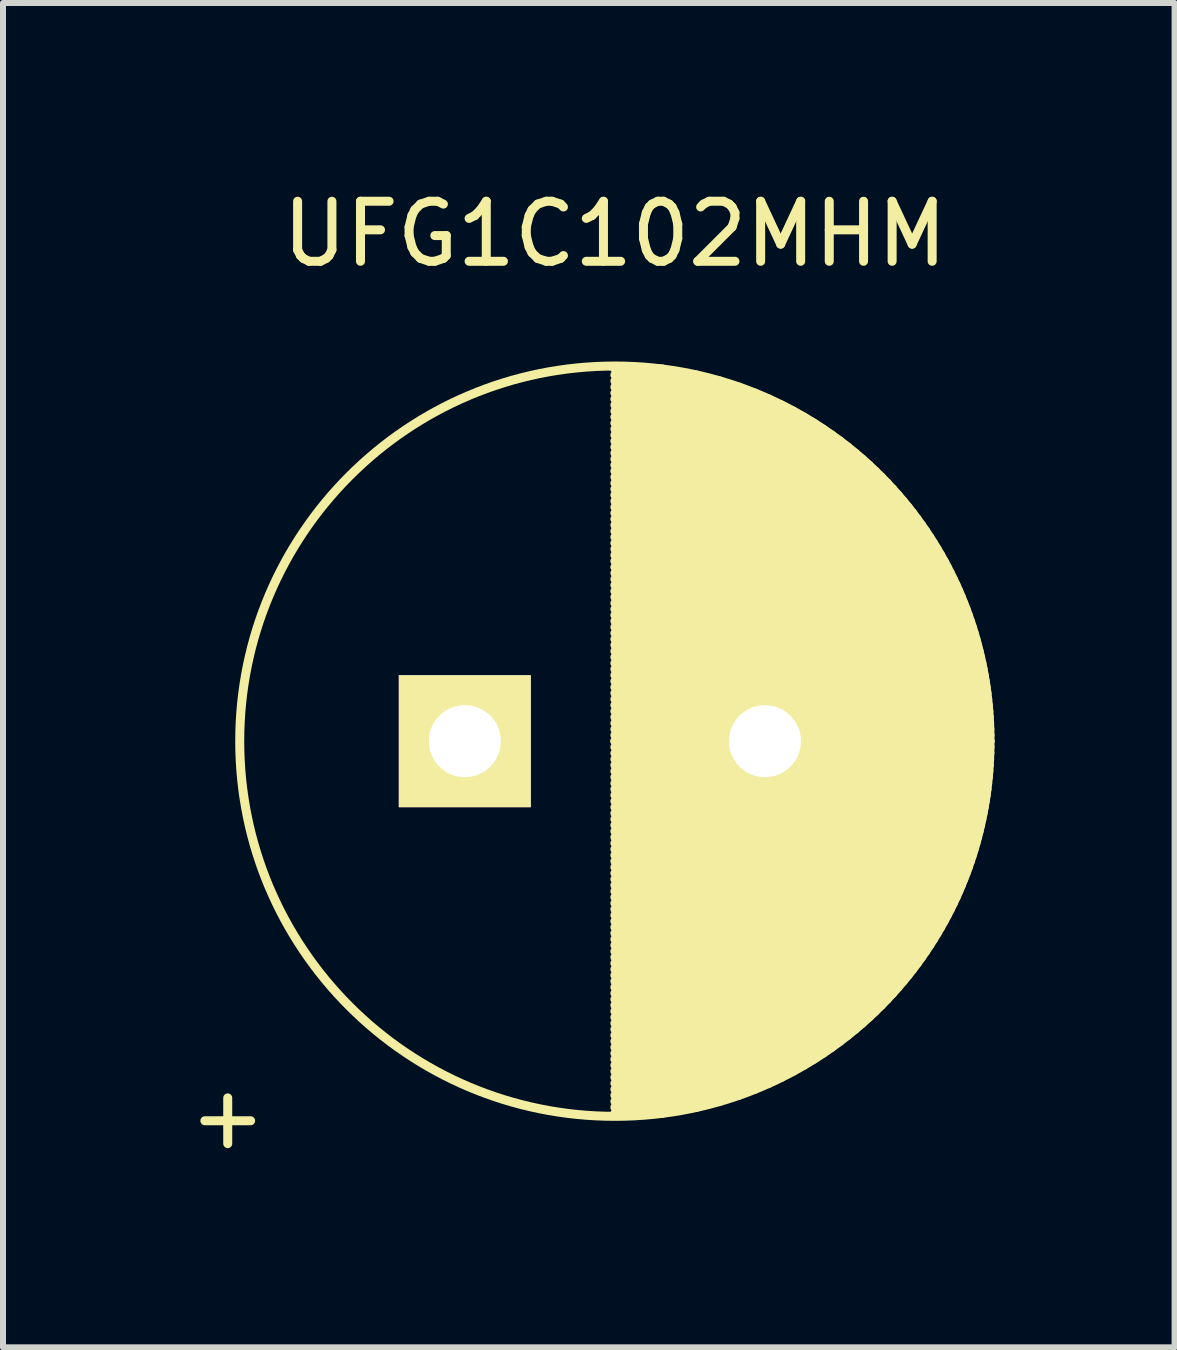
<source format=kicad_pcb>
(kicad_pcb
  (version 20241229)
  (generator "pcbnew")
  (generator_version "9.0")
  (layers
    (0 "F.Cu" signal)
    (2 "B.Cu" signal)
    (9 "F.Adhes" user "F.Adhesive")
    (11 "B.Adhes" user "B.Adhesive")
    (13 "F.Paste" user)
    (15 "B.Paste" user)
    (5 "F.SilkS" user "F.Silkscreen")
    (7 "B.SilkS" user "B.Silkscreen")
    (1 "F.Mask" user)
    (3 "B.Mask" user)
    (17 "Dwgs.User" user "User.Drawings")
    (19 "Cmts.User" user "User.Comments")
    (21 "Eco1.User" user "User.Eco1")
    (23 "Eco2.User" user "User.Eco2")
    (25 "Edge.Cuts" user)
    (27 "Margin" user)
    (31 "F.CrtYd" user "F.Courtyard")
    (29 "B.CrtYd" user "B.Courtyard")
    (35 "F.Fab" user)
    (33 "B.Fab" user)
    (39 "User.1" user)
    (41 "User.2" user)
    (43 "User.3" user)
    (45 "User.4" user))
  (footprint "UFG1C102MHM"
    (layer "F.Cu")
    (at 4.694 9.298)
    (property "Reference" "UFG1C102MHM" (at 2.5 -8.45 0) (layer "F.SilkS") (effects (font (size 1 1) (thickness 0.15))))
    (attr through_hole)
    (fp_line (start 2.5 -6.2) (end 3.289 -6.2) (stroke (width 0.15) (type solid)) (layer "F.SilkS"))
    (fp_line (start 2.5 -6.1) (end 3.861 -6.1) (stroke (width 0.15) (type solid)) (layer "F.SilkS"))
    (fp_line (start 2.5 -6) (end 4.25 -6) (stroke (width 0.15) (type solid)) (layer "F.SilkS"))
    (fp_line (start 2.5 -5.9) (end 4.562 -5.9) (stroke (width 0.15) (type solid)) (layer "F.SilkS"))
    (fp_line (start 2.5 -5.8) (end 4.829 -5.8) (stroke (width 0.15) (type solid)) (layer "F.SilkS"))
    (fp_line (start 2.5 -5.7) (end 5.064 -5.7) (stroke (width 0.15) (type solid)) (layer "F.SilkS"))
    (fp_line (start 2.5 -5.6) (end 5.275 -5.6) (stroke (width 0.15) (type solid)) (layer "F.SilkS"))
    (fp_line (start 2.5 -5.5) (end 5.469 -5.5) (stroke (width 0.15) (type solid)) (layer "F.SilkS"))
    (fp_line (start 2.5 -5.4) (end 5.647 -5.4) (stroke (width 0.15) (type solid)) (layer "F.SilkS"))
    (fp_line (start 2.5 -5.3) (end 5.812 -5.3) (stroke (width 0.15) (type solid)) (layer "F.SilkS"))
    (fp_line (start 2.5 -5.2) (end 5.967 -5.2) (stroke (width 0.15) (type solid)) (layer "F.SilkS"))
    (fp_line (start 2.5 -5.1) (end 6.113 -5.1) (stroke (width 0.15) (type solid)) (layer "F.SilkS"))
    (fp_line (start 2.5 -5) (end 6.25 -5) (stroke (width 0.15) (type solid)) (layer "F.SilkS"))
    (fp_line (start 2.5 -4.9) (end 6.38 -4.9) (stroke (width 0.15) (type solid)) (layer "F.SilkS"))
    (fp_line (start 2.5 -4.8) (end 6.503 -4.8) (stroke (width 0.15) (type solid)) (layer "F.SilkS"))
    (fp_line (start 2.5 -4.7) (end 6.62 -4.7) (stroke (width 0.15) (type solid)) (layer "F.SilkS"))
    (fp_line (start 2.5 -4.6) (end 6.731 -4.6) (stroke (width 0.15) (type solid)) (layer "F.SilkS"))
    (fp_line (start 2.5 -4.5) (end 6.837 -4.5) (stroke (width 0.15) (type solid)) (layer "F.SilkS"))
    (fp_line (start 2.5 -4.4) (end 6.939 -4.4) (stroke (width 0.15) (type solid)) (layer "F.SilkS"))
    (fp_line (start 2.5 -4.3) (end 7.036 -4.3) (stroke (width 0.15) (type solid)) (layer "F.SilkS"))
    (fp_line (start 2.5 -4.2) (end 7.128 -4.2) (stroke (width 0.15) (type solid)) (layer "F.SilkS"))
    (fp_line (start 2.5 -4.1) (end 7.217 -4.1) (stroke (width 0.15) (type solid)) (layer "F.SilkS"))
    (fp_line (start 2.5 -4) (end 7.302 -4) (stroke (width 0.15) (type solid)) (layer "F.SilkS"))
    (fp_line (start 2.5 -3.9) (end 7.384 -3.9) (stroke (width 0.15) (type solid)) (layer "F.SilkS"))
    (fp_line (start 2.5 -3.8) (end 7.462 -3.8) (stroke (width 0.15) (type solid)) (layer "F.SilkS"))
    (fp_line (start 2.5 -3.7) (end 7.537 -3.7) (stroke (width 0.15) (type solid)) (layer "F.SilkS"))
    (fp_line (start 2.5 -3.6) (end 7.609 -3.6) (stroke (width 0.15) (type solid)) (layer "F.SilkS"))
    (fp_line (start 2.5 -3.5) (end 7.678 -3.5) (stroke (width 0.15) (type solid)) (layer "F.SilkS"))
    (fp_line (start 2.5 -3.4) (end 7.744 -3.4) (stroke (width 0.15) (type solid)) (layer "F.SilkS"))
    (fp_line (start 2.5 -3.3) (end 7.808 -3.3) (stroke (width 0.15) (type solid)) (layer "F.SilkS"))
    (fp_line (start 2.5 -3.2) (end 7.869 -3.2) (stroke (width 0.15) (type solid)) (layer "F.SilkS"))
    (fp_line (start 2.5 -3.1) (end 7.927 -3.1) (stroke (width 0.15) (type solid)) (layer "F.SilkS"))
    (fp_line (start 2.5 -3) (end 7.983 -3) (stroke (width 0.15) (type solid)) (layer "F.SilkS"))
    (fp_line (start 2.5 -2.9) (end 8.036 -2.9) (stroke (width 0.15) (type solid)) (layer "F.SilkS"))
    (fp_line (start 2.5 -2.8) (end 8.088 -2.8) (stroke (width 0.15) (type solid)) (layer "F.SilkS"))
    (fp_line (start 2.5 -2.7) (end 8.137 -2.7) (stroke (width 0.15) (type solid)) (layer "F.SilkS"))
    (fp_line (start 2.5 -2.6) (end 8.184 -2.6) (stroke (width 0.15) (type solid)) (layer "F.SilkS"))
    (fp_line (start 2.5 -2.5) (end 8.228 -2.5) (stroke (width 0.15) (type solid)) (layer "F.SilkS"))
    (fp_line (start 2.5 -2.4) (end 8.271 -2.4) (stroke (width 0.15) (type solid)) (layer "F.SilkS"))
    (fp_line (start 2.5 -2.3) (end 8.311 -2.3) (stroke (width 0.15) (type solid)) (layer "F.SilkS"))
    (fp_line (start 2.5 -2.2) (end 8.35 -2.2) (stroke (width 0.15) (type solid)) (layer "F.SilkS"))
    (fp_line (start 2.5 -2.1) (end 8.387 -2.1) (stroke (width 0.15) (type solid)) (layer "F.SilkS"))
    (fp_line (start 2.5 -2) (end 8.421 -2) (stroke (width 0.15) (type solid)) (layer "F.SilkS"))
    (fp_line (start 2.5 -1.9) (end 8.454 -1.9) (stroke (width 0.15) (type solid)) (layer "F.SilkS"))
    (fp_line (start 2.5 -1.8) (end 8.485 -1.8) (stroke (width 0.15) (type solid)) (layer "F.SilkS"))
    (fp_line (start 2.5 -1.7) (end 8.514 -1.7) (stroke (width 0.15) (type solid)) (layer "F.SilkS"))
    (fp_line (start 2.5 -1.6) (end 8.542 -1.6) (stroke (width 0.15) (type solid)) (layer "F.SilkS"))
    (fp_line (start 2.5 -1.5) (end 8.567 -1.5) (stroke (width 0.15) (type solid)) (layer "F.SilkS"))
    (fp_line (start 2.5 -1.4) (end 8.591 -1.4) (stroke (width 0.15) (type solid)) (layer "F.SilkS"))
    (fp_line (start 2.5 -1.3) (end 8.613 -1.3) (stroke (width 0.15) (type solid)) (layer "F.SilkS"))
    (fp_line (start 2.5 -1.2) (end 8.634 -1.2) (stroke (width 0.15) (type solid)) (layer "F.SilkS"))
    (fp_line (start 2.5 -1.1) (end 8.652 -1.1) (stroke (width 0.15) (type solid)) (layer "F.SilkS"))
    (fp_line (start 2.5 -1) (end 8.669 -1) (stroke (width 0.15) (type solid)) (layer "F.SilkS"))
    (fp_line (start 2.5 -0.9) (end 8.685 -0.9) (stroke (width 0.15) (type solid)) (layer "F.SilkS"))
    (fp_line (start 2.5 -0.8) (end 8.699 -0.8) (stroke (width 0.15) (type solid)) (layer "F.SilkS"))
    (fp_line (start 2.5 -0.7) (end 8.711 -0.7) (stroke (width 0.15) (type solid)) (layer "F.SilkS"))
    (fp_line (start 2.5 -0.6) (end 8.721 -0.6) (stroke (width 0.15) (type solid)) (layer "F.SilkS"))
    (fp_line (start 2.5 -0.5) (end 8.73 -0.5) (stroke (width 0.15) (type solid)) (layer "F.SilkS"))
    (fp_line (start 2.5 -0.4) (end 8.737 -0.4) (stroke (width 0.15) (type solid)) (layer "F.SilkS"))
    (fp_line (start 2.5 -0.3) (end 8.743 -0.3) (stroke (width 0.15) (type solid)) (layer "F.SilkS"))
    (fp_line (start 2.5 -0.2) (end 8.747 -0.2) (stroke (width 0.15) (type solid)) (layer "F.SilkS"))
    (fp_line (start 2.5 -0.1) (end 8.749 -0.1) (stroke (width 0.15) (type solid)) (layer "F.SilkS"))
    (fp_line (start 2.5 0) (end 8.75 0) (stroke (width 0.15) (type solid)) (layer "F.SilkS"))
    (fp_line (start 2.5 0) (end 8.75 0) (stroke (width 0.15) (type solid)) (layer "F.SilkS"))
    (fp_line (start 2.5 0.1) (end 8.749 0.1) (stroke (width 0.15) (type solid)) (layer "F.SilkS"))
    (fp_line (start 2.5 0.2) (end 8.747 0.2) (stroke (width 0.15) (type solid)) (layer "F.SilkS"))
    (fp_line (start 2.5 0.3) (end 8.743 0.3) (stroke (width 0.15) (type solid)) (layer "F.SilkS"))
    (fp_line (start 2.5 0.4) (end 8.737 0.4) (stroke (width 0.15) (type solid)) (layer "F.SilkS"))
    (fp_line (start 2.5 0.5) (end 8.73 0.5) (stroke (width 0.15) (type solid)) (layer "F.SilkS"))
    (fp_line (start 2.5 0.6) (end 8.721 0.6) (stroke (width 0.15) (type solid)) (layer "F.SilkS"))
    (fp_line (start 2.5 0.7) (end 8.711 0.7) (stroke (width 0.15) (type solid)) (layer "F.SilkS"))
    (fp_line (start 2.5 0.8) (end 8.699 0.8) (stroke (width 0.15) (type solid)) (layer "F.SilkS"))
    (fp_line (start 2.5 0.9) (end 8.685 0.9) (stroke (width 0.15) (type solid)) (layer "F.SilkS"))
    (fp_line (start 2.5 1) (end 8.669 1) (stroke (width 0.15) (type solid)) (layer "F.SilkS"))
    (fp_line (start 2.5 1.1) (end 8.652 1.1) (stroke (width 0.15) (type solid)) (layer "F.SilkS"))
    (fp_line (start 2.5 1.2) (end 8.634 1.2) (stroke (width 0.15) (type solid)) (layer "F.SilkS"))
    (fp_line (start 2.5 1.3) (end 8.613 1.3) (stroke (width 0.15) (type solid)) (layer "F.SilkS"))
    (fp_line (start 2.5 1.4) (end 8.591 1.4) (stroke (width 0.15) (type solid)) (layer "F.SilkS"))
    (fp_line (start 2.5 1.5) (end 8.567 1.5) (stroke (width 0.15) (type solid)) (layer "F.SilkS"))
    (fp_line (start 2.5 1.6) (end 8.542 1.6) (stroke (width 0.15) (type solid)) (layer "F.SilkS"))
    (fp_line (start 2.5 1.7) (end 8.514 1.7) (stroke (width 0.15) (type solid)) (layer "F.SilkS"))
    (fp_line (start 2.5 1.8) (end 8.485 1.8) (stroke (width 0.15) (type solid)) (layer "F.SilkS"))
    (fp_line (start 2.5 1.9) (end 8.454 1.9) (stroke (width 0.15) (type solid)) (layer "F.SilkS"))
    (fp_line (start 2.5 2) (end 8.421 2) (stroke (width 0.15) (type solid)) (layer "F.SilkS"))
    (fp_line (start 2.5 2.1) (end 8.387 2.1) (stroke (width 0.15) (type solid)) (layer "F.SilkS"))
    (fp_line (start 2.5 2.2) (end 8.35 2.2) (stroke (width 0.15) (type solid)) (layer "F.SilkS"))
    (fp_line (start 2.5 2.3) (end 8.311 2.3) (stroke (width 0.15) (type solid)) (layer "F.SilkS"))
    (fp_line (start 2.5 2.4) (end 8.271 2.4) (stroke (width 0.15) (type solid)) (layer "F.SilkS"))
    (fp_line (start 2.5 2.5) (end 8.228 2.5) (stroke (width 0.15) (type solid)) (layer "F.SilkS"))
    (fp_line (start 2.5 2.6) (end 8.184 2.6) (stroke (width 0.15) (type solid)) (layer "F.SilkS"))
    (fp_line (start 2.5 2.7) (end 8.137 2.7) (stroke (width 0.15) (type solid)) (layer "F.SilkS"))
    (fp_line (start 2.5 2.8) (end 8.088 2.8) (stroke (width 0.15) (type solid)) (layer "F.SilkS"))
    (fp_line (start 2.5 2.9) (end 8.036 2.9) (stroke (width 0.15) (type solid)) (layer "F.SilkS"))
    (fp_line (start 2.5 3) (end 7.983 3) (stroke (width 0.15) (type solid)) (layer "F.SilkS"))
    (fp_line (start 2.5 3.1) (end 7.927 3.1) (stroke (width 0.15) (type solid)) (layer "F.SilkS"))
    (fp_line (start 2.5 3.2) (end 7.869 3.2) (stroke (width 0.15) (type solid)) (layer "F.SilkS"))
    (fp_line (start 2.5 3.3) (end 7.808 3.3) (stroke (width 0.15) (type solid)) (layer "F.SilkS"))
    (fp_line (start 2.5 3.4) (end 7.744 3.4) (stroke (width 0.15) (type solid)) (layer "F.SilkS"))
    (fp_line (start 2.5 3.5) (end 7.678 3.5) (stroke (width 0.15) (type solid)) (layer "F.SilkS"))
    (fp_line (start 2.5 3.6) (end 7.609 3.6) (stroke (width 0.15) (type solid)) (layer "F.SilkS"))
    (fp_line (start 2.5 3.7) (end 7.537 3.7) (stroke (width 0.15) (type solid)) (layer "F.SilkS"))
    (fp_line (start 2.5 3.8) (end 7.462 3.8) (stroke (width 0.15) (type solid)) (layer "F.SilkS"))
    (fp_line (start 2.5 3.9) (end 7.384 3.9) (stroke (width 0.15) (type solid)) (layer "F.SilkS"))
    (fp_line (start 2.5 4) (end 7.302 4) (stroke (width 0.15) (type solid)) (layer "F.SilkS"))
    (fp_line (start 2.5 4.1) (end 7.217 4.1) (stroke (width 0.15) (type solid)) (layer "F.SilkS"))
    (fp_line (start 2.5 4.2) (end 7.128 4.2) (stroke (width 0.15) (type solid)) (layer "F.SilkS"))
    (fp_line (start 2.5 4.3) (end 7.036 4.3) (stroke (width 0.15) (type solid)) (layer "F.SilkS"))
    (fp_line (start 2.5 4.4) (end 6.939 4.4) (stroke (width 0.15) (type solid)) (layer "F.SilkS"))
    (fp_line (start 2.5 4.5) (end 6.837 4.5) (stroke (width 0.15) (type solid)) (layer "F.SilkS"))
    (fp_line (start 2.5 4.6) (end 6.731 4.6) (stroke (width 0.15) (type solid)) (layer "F.SilkS"))
    (fp_line (start 2.5 4.7) (end 6.62 4.7) (stroke (width 0.15) (type solid)) (layer "F.SilkS"))
    (fp_line (start 2.5 4.8) (end 6.503 4.8) (stroke (width 0.15) (type solid)) (layer "F.SilkS"))
    (fp_line (start 2.5 4.9) (end 6.38 4.9) (stroke (width 0.15) (type solid)) (layer "F.SilkS"))
    (fp_line (start 2.5 5) (end 6.25 5) (stroke (width 0.15) (type solid)) (layer "F.SilkS"))
    (fp_line (start 2.5 5.1) (end 6.113 5.1) (stroke (width 0.15) (type solid)) (layer "F.SilkS"))
    (fp_line (start 2.5 5.2) (end 5.967 5.2) (stroke (width 0.15) (type solid)) (layer "F.SilkS"))
    (fp_line (start 2.5 5.3) (end 5.812 5.3) (stroke (width 0.15) (type solid)) (layer "F.SilkS"))
    (fp_line (start 2.5 5.4) (end 5.647 5.4) (stroke (width 0.15) (type solid)) (layer "F.SilkS"))
    (fp_line (start 2.5 5.5) (end 5.469 5.5) (stroke (width 0.15) (type solid)) (layer "F.SilkS"))
    (fp_line (start 2.5 5.6) (end 5.275 5.6) (stroke (width 0.15) (type solid)) (layer "F.SilkS"))
    (fp_line (start 2.5 5.7) (end 5.064 5.7) (stroke (width 0.15) (type solid)) (layer "F.SilkS"))
    (fp_line (start 2.5 5.8) (end 4.829 5.8) (stroke (width 0.15) (type solid)) (layer "F.SilkS"))
    (fp_line (start 2.5 5.9) (end 4.562 5.9) (stroke (width 0.15) (type solid)) (layer "F.SilkS"))
    (fp_line (start 2.5 6) (end 4.25 6) (stroke (width 0.15) (type solid)) (layer "F.SilkS"))
    (fp_line (start 2.5 6.1) (end 3.861 6.1) (stroke (width 0.15) (type solid)) (layer "F.SilkS"))
    (fp_line (start 2.5 6.2) (end 3.289 6.2) (stroke (width 0.15) (type solid)) (layer "F.SilkS"))
    (fp_circle (center 2.5 0) (end 2.5 -6.25) (stroke (width 0.15) (type solid)) (fill no) (layer "F.SilkS"))
    (fp_text user "+" (at -3.95 6.25 0) (layer "F.SilkS") (effects (font (size 1 1) (thickness 0.15))))
    (pad "1" thru_hole rect (at 0 0) (size 2.2 2.2) (drill 1.2) (layers "*.Cu" "*.Mask" "F.SilkS"))
    (pad "2" thru_hole circle (at 5 0) (size 2.2 2.2) (drill 1.2) (layers "*.Cu" "*.Mask" "F.SilkS")))
  (gr_rect
    (start -3 -3)
    (end 16.519 19.396)
    (stroke (width 0.1) (type default))
    (fill no)
    (layer "Edge.Cuts")))
</source>
